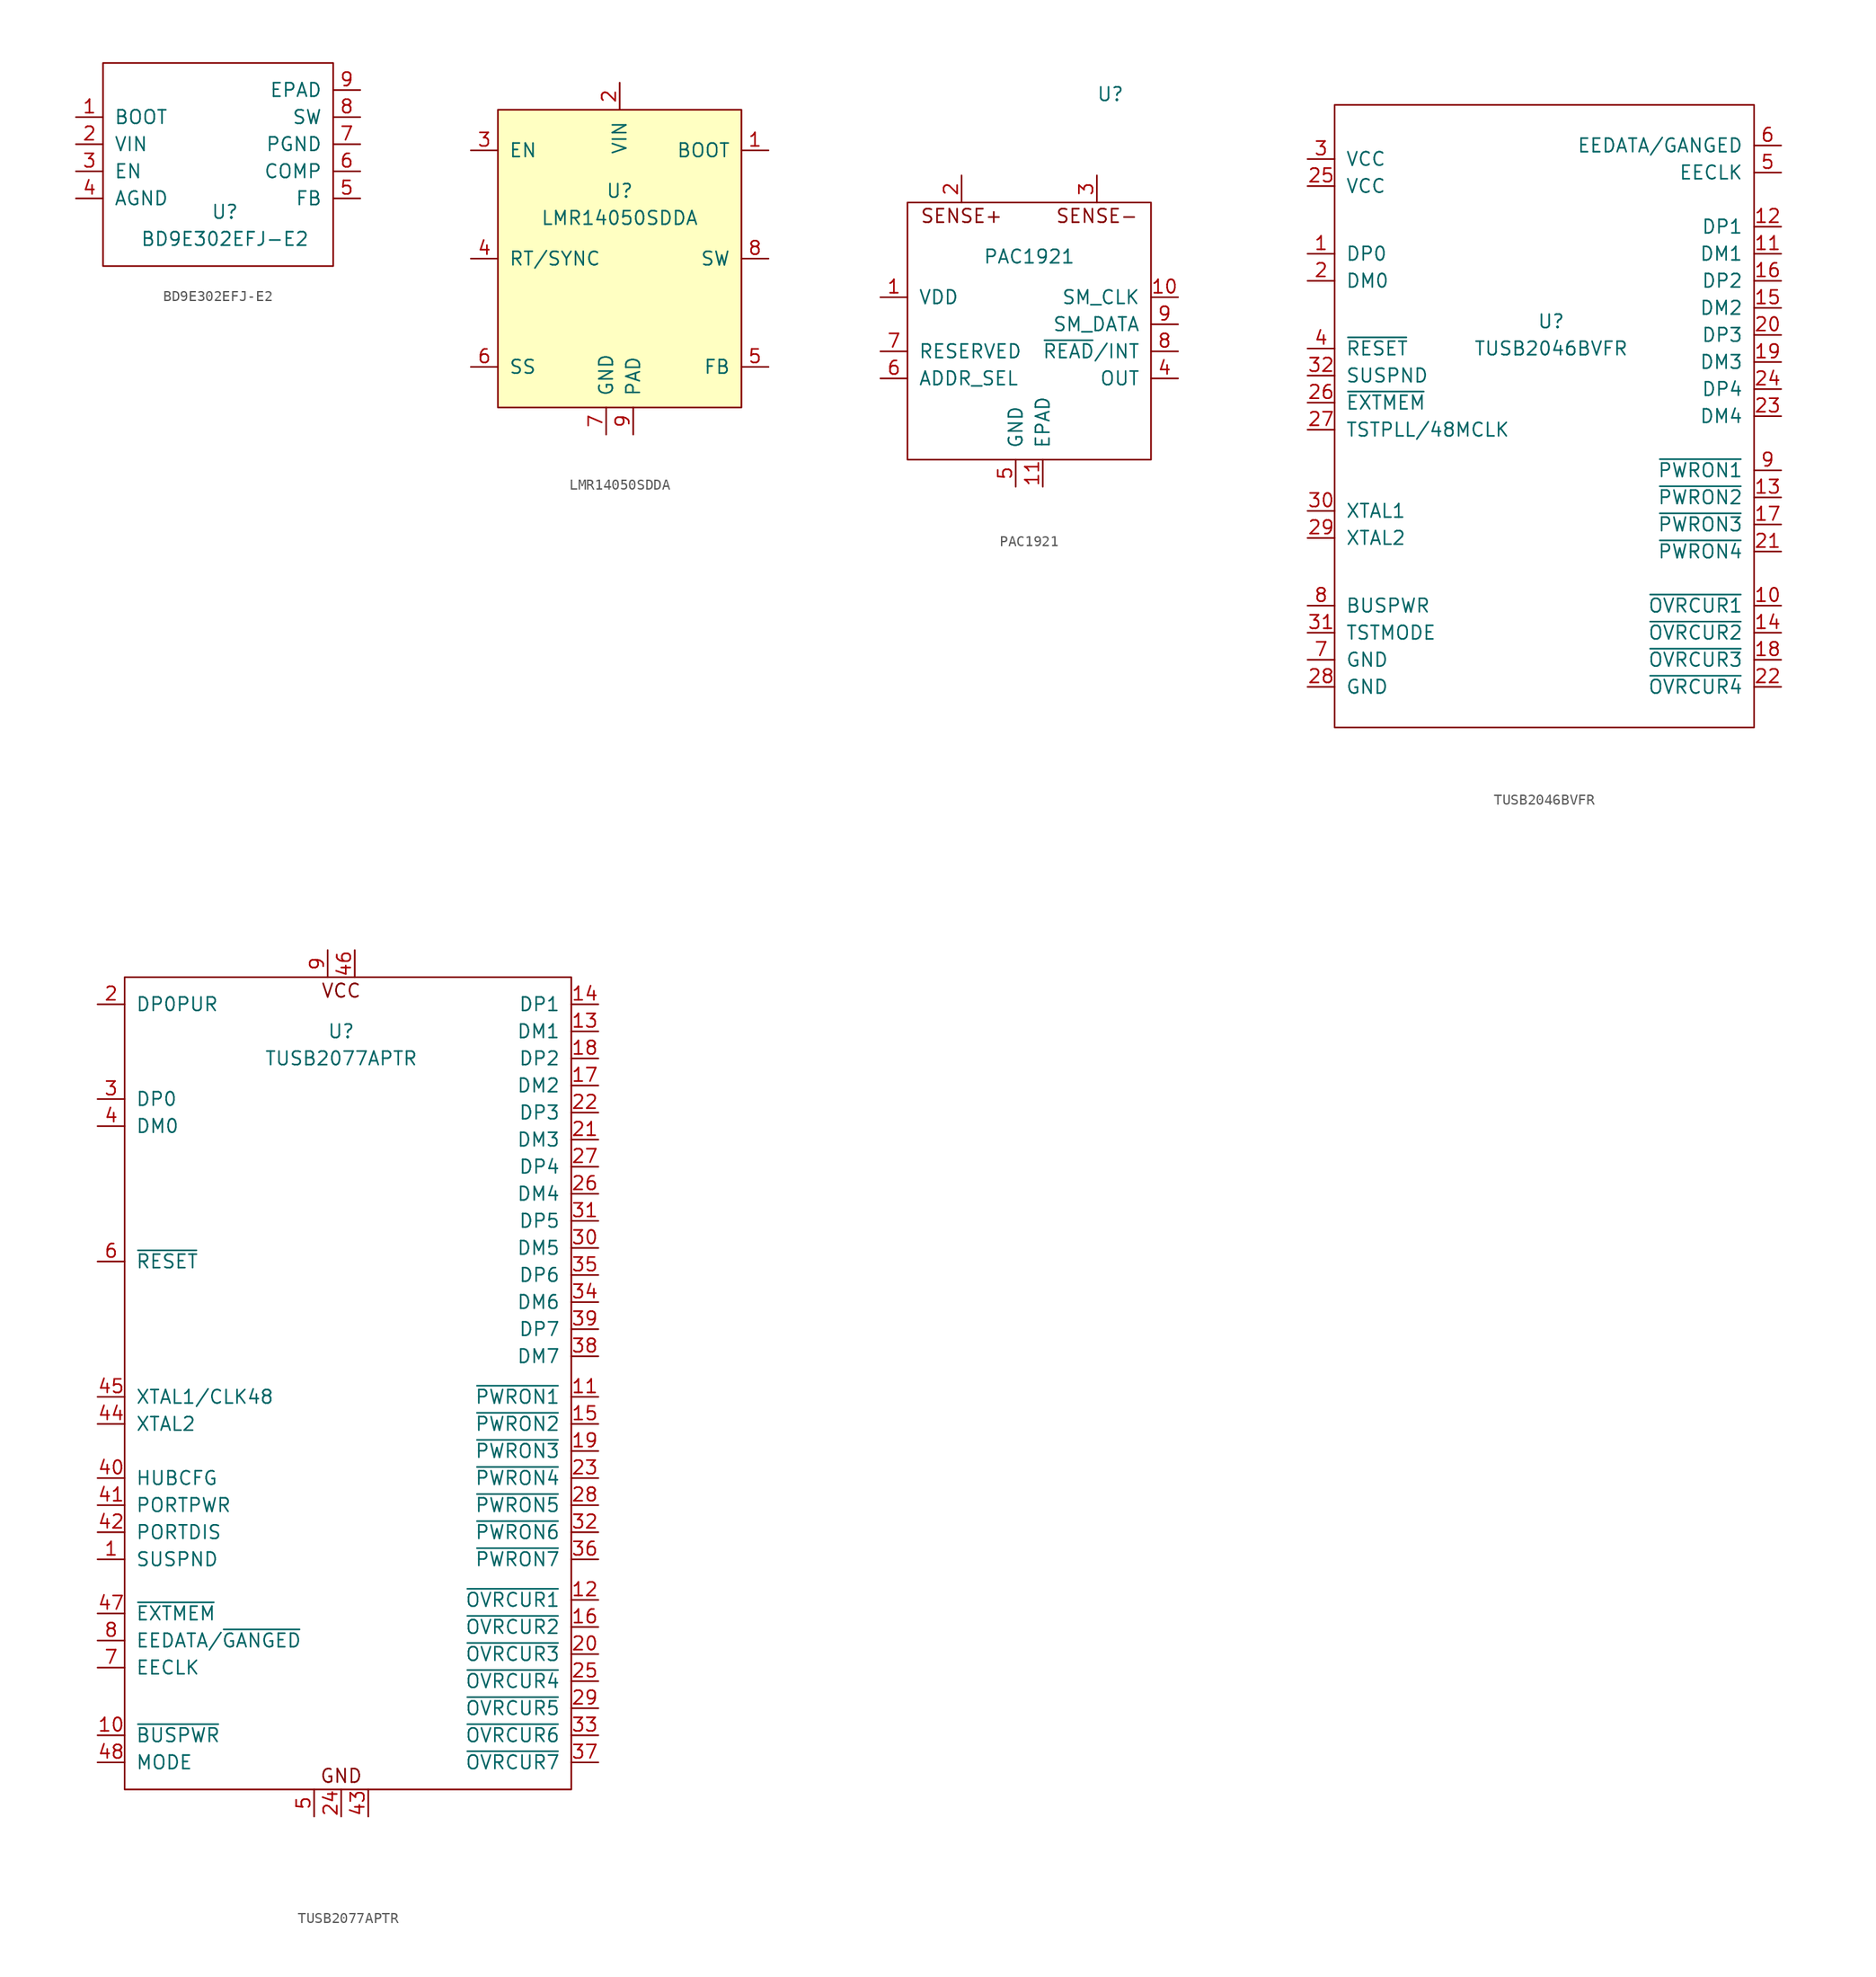
<source format=kicad_sym>
(kicad_symbol_lib
  (version 20211014)
  (generator kicad_symbol_editor)
  (symbol "BD9E302EFJ-E2"
    (pin_names
      (offset 1.016))
    (property "Reference" "U"
      (at 0 -5.08 0)
      (effects (font (size 1.27 1.27))))
    (property "Value" "BD9E302EFJ-E2"
      (at 0 -7.62 0)
      (effects (font (size 1.27 1.27))))
    (symbol "BD9E302EFJ-E2_0_1"
      (rectangle (start -11.43 8.89) (end 10.16 -10.16) (stroke (width 0) (type default) (color 0 0 0 0)) (fill (type none))))
    (symbol "BD9E302EFJ-E2_1_1"
      (pin passive line (at -13.97 3.81 0) (length 2.54) (name "BOOT" (effects (font (size 1.27 1.27)))) (number "1" (effects (font (size 1.27 1.27)))))
      (pin power_in line (at -13.97 1.27 0) (length 2.54) (name "VIN" (effects (font (size 1.27 1.27)))) (number "2" (effects (font (size 1.27 1.27)))))
      (pin input line (at -13.97 -1.27 0) (length 2.54) (name "EN" (effects (font (size 1.27 1.27)))) (number "3" (effects (font (size 1.27 1.27)))))
      (pin power_in line (at -13.97 -3.81 0) (length 2.54) (name "AGND" (effects (font (size 1.27 1.27)))) (number "4" (effects (font (size 1.27 1.27)))))
      (pin passive line (at 12.7 -3.81 180) (length 2.54) (name "FB" (effects (font (size 1.27 1.27)))) (number "5" (effects (font (size 1.27 1.27)))))
      (pin passive line (at 12.7 -1.27 180) (length 2.54) (name "COMP" (effects (font (size 1.27 1.27)))) (number "6" (effects (font (size 1.27 1.27)))))
      (pin power_in line (at 12.7 1.27 180) (length 2.54) (name "PGND" (effects (font (size 1.27 1.27)))) (number "7" (effects (font (size 1.27 1.27)))))
      (pin passive line (at 12.7 3.81 180) (length 2.54) (name "SW" (effects (font (size 1.27 1.27)))) (number "8" (effects (font (size 1.27 1.27)))))
      (pin passive line (at 12.7 6.35 180) (length 2.54) (name "EPAD" (effects (font (size 1.27 1.27)))) (number "9" (effects (font (size 1.27 1.27)))))))
  (symbol "LMR14050SDDA"
    (pin_names
      (offset 1.016))
    (property "Reference" "U"
      (at 0 -1.27 0)
      (effects (font (size 1.27 1.27))))
    (property "Value" "LMR14050SDDA"
      (at 0 -3.81 0)
      (effects (font (size 1.27 1.27))))
    (symbol "LMR14050SDDA_0_1"
      (rectangle (start -11.43 6.35) (end 11.43 -21.59) (stroke (width 0) (type default) (color 0 0 0 0)) (fill (type background))))
    (symbol "LMR14050SDDA_1_1"
      (pin output line (at 13.97 2.54 180) (length 2.54) (name "BOOT" (effects (font (size 1.27 1.27)))) (number "1" (effects (font (size 1.27 1.27)))))
      (pin power_in line (at 0 8.89 270) (length 2.54) (name "VIN" (effects (font (size 1.27 1.27)))) (number "2" (effects (font (size 1.27 1.27)))))
      (pin input line (at -13.97 2.54 0) (length 2.54) (name "EN" (effects (font (size 1.27 1.27)))) (number "3" (effects (font (size 1.27 1.27)))))
      (pin input line (at -13.97 -7.62 0) (length 2.54) (name "RT/SYNC" (effects (font (size 1.27 1.27)))) (number "4" (effects (font (size 1.27 1.27)))))
      (pin input line (at 13.97 -17.78 180) (length 2.54) (name "FB" (effects (font (size 1.27 1.27)))) (number "5" (effects (font (size 1.27 1.27)))))
      (pin output line (at -13.97 -17.78 0) (length 2.54) (name "SS" (effects (font (size 1.27 1.27)))) (number "6" (effects (font (size 1.27 1.27)))))
      (pin power_in line (at -1.27 -24.13 90) (length 2.54) (name "GND" (effects (font (size 1.27 1.27)))) (number "7" (effects (font (size 1.27 1.27)))))
      (pin output line (at 13.97 -7.62 180) (length 2.54) (name "SW" (effects (font (size 1.27 1.27)))) (number "8" (effects (font (size 1.27 1.27)))))
      (pin passive line (at 1.27 -24.13 90) (length 2.54) (name "PAD" (effects (font (size 1.27 1.27)))) (number "9" (effects (font (size 1.27 1.27)))))))
  (symbol "PAC1921"
    (pin_names
      (offset 1.016))
    (property "Reference" "U"
      (at 7.62 22.86 0)
      (effects (font (size 1.27 1.27))))
    (property "Value" "PAC1921"
      (at 0 7.62 0)
      (effects (font (size 1.27 1.27))))
    (symbol "PAC1921_0_0"
      (text "SENSE+" (at -6.35 11.43 0) (effects (font (size 1.27 1.27))))
      (text "SENSE-" (at 6.35 11.43 0) (effects (font (size 1.27 1.27)))))
    (symbol "PAC1921_0_1"
      (rectangle (start -11.43 12.7) (end 11.43 -11.43) (stroke (width 0) (type default) (color 0 0 0 0)) (fill (type none))))
    (symbol "PAC1921_1_1"
      (pin power_in line (at -13.97 3.81 0) (length 2.54) (name "VDD" (effects (font (size 1.27 1.27)))) (number "1" (effects (font (size 1.27 1.27)))))
      (pin passive line (at 13.97 3.81 180) (length 2.54) (name "SM_CLK" (effects (font (size 1.27 1.27)))) (number "10" (effects (font (size 1.27 1.27)))))
      (pin passive line (at 1.27 -13.97 90) (length 2.54) (name "EPAD" (effects (font (size 1.27 1.27)))) (number "11" (effects (font (size 1.27 1.27)))))
      (pin passive line (at -6.35 15.24 270) (length 2.54) (name "~" (effects (font (size 1.27 1.27)))) (number "2" (effects (font (size 1.27 1.27)))))
      (pin passive line (at 6.35 15.24 270) (length 2.54) (name "~" (effects (font (size 1.27 1.27)))) (number "3" (effects (font (size 1.27 1.27)))))
      (pin output line (at 13.97 -3.81 180) (length 2.54) (name "OUT" (effects (font (size 1.27 1.27)))) (number "4" (effects (font (size 1.27 1.27)))))
      (pin power_in line (at -1.27 -13.97 90) (length 2.54) (name "GND" (effects (font (size 1.27 1.27)))) (number "5" (effects (font (size 1.27 1.27)))))
      (pin passive line (at -13.97 -3.81 0) (length 2.54) (name "ADDR_SEL" (effects (font (size 1.27 1.27)))) (number "6" (effects (font (size 1.27 1.27)))))
      (pin passive line (at -13.97 -1.27 0) (length 2.54) (name "RESERVED" (effects (font (size 1.27 1.27)))) (number "7" (effects (font (size 1.27 1.27)))))
      (pin input line (at 13.97 -1.27 180) (length 2.54) (name "~{READ}/INT" (effects (font (size 1.27 1.27)))) (number "8" (effects (font (size 1.27 1.27)))))
      (pin passive line (at 13.97 1.27 180) (length 2.54) (name "SM_DATA" (effects (font (size 1.27 1.27)))) (number "9" (effects (font (size 1.27 1.27)))))))
  (symbol "TUSB2046BVFR"
    (pin_names
      (offset 1.016))
    (property "Reference" "U"
      (at 0 8.89 0)
      (effects (font (size 1.27 1.27))))
    (property "Value" "TUSB2046BVFR"
      (at 0 6.35 0)
      (effects (font (size 1.27 1.27))))
    (symbol "TUSB2046BVFR_0_1"
      (rectangle (start -20.32 -29.21) (end 19.05 29.21) (stroke (width 0) (type default) (color 0 0 0 0)) (fill (type none))))
    (symbol "TUSB2046BVFR_1_1"
      (pin passive line (at -22.86 15.24 0) (length 2.54) (name "DP0" (effects (font (size 1.27 1.27)))) (number "1" (effects (font (size 1.27 1.27)))))
      (pin input line (at 21.59 -17.78 180) (length 2.54) (name "~{OVRCUR1}" (effects (font (size 1.27 1.27)))) (number "10" (effects (font (size 1.27 1.27)))))
      (pin passive line (at 21.59 15.24 180) (length 2.54) (name "DM1" (effects (font (size 1.27 1.27)))) (number "11" (effects (font (size 1.27 1.27)))))
      (pin passive line (at 21.59 17.78 180) (length 2.54) (name "DP1" (effects (font (size 1.27 1.27)))) (number "12" (effects (font (size 1.27 1.27)))))
      (pin output line (at 21.59 -7.62 180) (length 2.54) (name "~{PWRON2}" (effects (font (size 1.27 1.27)))) (number "13" (effects (font (size 1.27 1.27)))))
      (pin input line (at 21.59 -20.32 180) (length 2.54) (name "~{OVRCUR2}" (effects (font (size 1.27 1.27)))) (number "14" (effects (font (size 1.27 1.27)))))
      (pin passive line (at 21.59 10.16 180) (length 2.54) (name "DM2" (effects (font (size 1.27 1.27)))) (number "15" (effects (font (size 1.27 1.27)))))
      (pin passive line (at 21.59 12.7 180) (length 2.54) (name "DP2" (effects (font (size 1.27 1.27)))) (number "16" (effects (font (size 1.27 1.27)))))
      (pin output line (at 21.59 -10.16 180) (length 2.54) (name "~{PWRON3}" (effects (font (size 1.27 1.27)))) (number "17" (effects (font (size 1.27 1.27)))))
      (pin input line (at 21.59 -22.86 180) (length 2.54) (name "~{OVRCUR3}" (effects (font (size 1.27 1.27)))) (number "18" (effects (font (size 1.27 1.27)))))
      (pin passive line (at 21.59 5.08 180) (length 2.54) (name "DM3" (effects (font (size 1.27 1.27)))) (number "19" (effects (font (size 1.27 1.27)))))
      (pin passive line (at -22.86 12.7 0) (length 2.54) (name "DM0" (effects (font (size 1.27 1.27)))) (number "2" (effects (font (size 1.27 1.27)))))
      (pin passive line (at 21.59 7.62 180) (length 2.54) (name "DP3" (effects (font (size 1.27 1.27)))) (number "20" (effects (font (size 1.27 1.27)))))
      (pin output line (at 21.59 -12.7 180) (length 2.54) (name "~{PWRON4}" (effects (font (size 1.27 1.27)))) (number "21" (effects (font (size 1.27 1.27)))))
      (pin input line (at 21.59 -25.4 180) (length 2.54) (name "~{OVRCUR4}" (effects (font (size 1.27 1.27)))) (number "22" (effects (font (size 1.27 1.27)))))
      (pin passive line (at 21.59 0 180) (length 2.54) (name "DM4" (effects (font (size 1.27 1.27)))) (number "23" (effects (font (size 1.27 1.27)))))
      (pin passive line (at 21.59 2.54 180) (length 2.54) (name "DP4" (effects (font (size 1.27 1.27)))) (number "24" (effects (font (size 1.27 1.27)))))
      (pin power_in line (at -22.86 21.59 0) (length 2.54) (name "VCC" (effects (font (size 1.27 1.27)))) (number "25" (effects (font (size 1.27 1.27)))))
      (pin input line (at -22.86 1.27 0) (length 2.54) (name "~{EXTMEM}" (effects (font (size 1.27 1.27)))) (number "26" (effects (font (size 1.27 1.27)))))
      (pin passive line (at -22.86 -1.27 0) (length 2.54) (name "TSTPLL/48MCLK" (effects (font (size 1.27 1.27)))) (number "27" (effects (font (size 1.27 1.27)))))
      (pin power_in line (at -22.86 -25.4 0) (length 2.54) (name "GND" (effects (font (size 1.27 1.27)))) (number "28" (effects (font (size 1.27 1.27)))))
      (pin passive line (at -22.86 -11.43 0) (length 2.54) (name "XTAL2" (effects (font (size 1.27 1.27)))) (number "29" (effects (font (size 1.27 1.27)))))
      (pin power_in line (at -22.86 24.13 0) (length 2.54) (name "VCC" (effects (font (size 1.27 1.27)))) (number "3" (effects (font (size 1.27 1.27)))))
      (pin passive line (at -22.86 -8.89 0) (length 2.54) (name "XTAL1" (effects (font (size 1.27 1.27)))) (number "30" (effects (font (size 1.27 1.27)))))
      (pin input line (at -22.86 -20.32 0) (length 2.54) (name "TSTMODE" (effects (font (size 1.27 1.27)))) (number "31" (effects (font (size 1.27 1.27)))))
      (pin output line (at -22.86 3.81 0) (length 2.54) (name "SUSPND" (effects (font (size 1.27 1.27)))) (number "32" (effects (font (size 1.27 1.27)))))
      (pin input line (at -22.86 6.35 0) (length 2.54) (name "~{RESET}" (effects (font (size 1.27 1.27)))) (number "4" (effects (font (size 1.27 1.27)))))
      (pin output line (at 21.59 22.86 180) (length 2.54) (name "EECLK" (effects (font (size 1.27 1.27)))) (number "5" (effects (font (size 1.27 1.27)))))
      (pin passive line (at 21.59 25.4 180) (length 2.54) (name "EEDATA/GANGED" (effects (font (size 1.27 1.27)))) (number "6" (effects (font (size 1.27 1.27)))))
      (pin power_in line (at -22.86 -22.86 0) (length 2.54) (name "GND" (effects (font (size 1.27 1.27)))) (number "7" (effects (font (size 1.27 1.27)))))
      (pin input line (at -22.86 -17.78 0) (length 2.54) (name "BUSPWR" (effects (font (size 1.27 1.27)))) (number "8" (effects (font (size 1.27 1.27)))))
      (pin output line (at 21.59 -5.08 180) (length 2.54) (name "~{PWRON1}" (effects (font (size 1.27 1.27)))) (number "9" (effects (font (size 1.27 1.27)))))))
  (symbol "TUSB2077APTR"
    (pin_names
      (offset 1.016))
    (property "Reference" "U"
      (at 0 31.75 0)
      (effects (font (size 1.27 1.27))))
    (property "Value" "TUSB2077APTR"
      (at 0 29.21 0)
      (effects (font (size 1.27 1.27))))
    (symbol "TUSB2077APTR_0_0"
      (rectangle (start -20.32 36.83) (end 21.59 -39.37) (stroke (width 0) (type default) (color 0 0 0 0)) (fill (type none)))
      (text "GND" (at 0 -38.1 0) (effects (font (size 1.27 1.27))))
      (text "VCC" (at 0 35.56 0) (effects (font (size 1.27 1.27)))))
    (symbol "TUSB2077APTR_1_1"
      (pin output line (at -22.86 -17.78 0) (length 2.54) (name "SUSPND" (effects (font (size 1.27 1.27)))) (number "1" (effects (font (size 1.27 1.27)))))
      (pin input line (at -22.86 -34.29 0) (length 2.54) (name "~{BUSPWR}" (effects (font (size 1.27 1.27)))) (number "10" (effects (font (size 1.27 1.27)))))
      (pin output line (at 24.13 -2.54 180) (length 2.54) (name "~{PWRON1}" (effects (font (size 1.27 1.27)))) (number "11" (effects (font (size 1.27 1.27)))))
      (pin input line (at 24.13 -21.59 180) (length 2.54) (name "~{OVRCUR1}" (effects (font (size 1.27 1.27)))) (number "12" (effects (font (size 1.27 1.27)))))
      (pin bidirectional line (at 24.13 31.75 180) (length 2.54) (name "DM1" (effects (font (size 1.27 1.27)))) (number "13" (effects (font (size 1.27 1.27)))))
      (pin bidirectional line (at 24.13 34.29 180) (length 2.54) (name "DP1" (effects (font (size 1.27 1.27)))) (number "14" (effects (font (size 1.27 1.27)))))
      (pin output line (at 24.13 -5.08 180) (length 2.54) (name "~{PWRON2}" (effects (font (size 1.27 1.27)))) (number "15" (effects (font (size 1.27 1.27)))))
      (pin input line (at 24.13 -24.13 180) (length 2.54) (name "~{OVRCUR2}" (effects (font (size 1.27 1.27)))) (number "16" (effects (font (size 1.27 1.27)))))
      (pin bidirectional line (at 24.13 26.67 180) (length 2.54) (name "DM2" (effects (font (size 1.27 1.27)))) (number "17" (effects (font (size 1.27 1.27)))))
      (pin bidirectional line (at 24.13 29.21 180) (length 2.54) (name "DP2" (effects (font (size 1.27 1.27)))) (number "18" (effects (font (size 1.27 1.27)))))
      (pin output line (at 24.13 -7.62 180) (length 2.54) (name "~{PWRON3}" (effects (font (size 1.27 1.27)))) (number "19" (effects (font (size 1.27 1.27)))))
      (pin output line (at -22.86 34.29 0) (length 2.54) (name "DP0PUR" (effects (font (size 1.27 1.27)))) (number "2" (effects (font (size 1.27 1.27)))))
      (pin input line (at 24.13 -26.67 180) (length 2.54) (name "~{OVRCUR3}" (effects (font (size 1.27 1.27)))) (number "20" (effects (font (size 1.27 1.27)))))
      (pin bidirectional line (at 24.13 21.59 180) (length 2.54) (name "DM3" (effects (font (size 1.27 1.27)))) (number "21" (effects (font (size 1.27 1.27)))))
      (pin bidirectional line (at 24.13 24.13 180) (length 2.54) (name "DP3" (effects (font (size 1.27 1.27)))) (number "22" (effects (font (size 1.27 1.27)))))
      (pin output line (at 24.13 -10.16 180) (length 2.54) (name "~{PWRON4}" (effects (font (size 1.27 1.27)))) (number "23" (effects (font (size 1.27 1.27)))))
      (pin power_in line (at 0 -41.91 90) (length 2.54) (name "~" (effects (font (size 1.27 1.27)))) (number "24" (effects (font (size 1.27 1.27)))))
      (pin input line (at 24.13 -29.21 180) (length 2.54) (name "~{OVRCUR4}" (effects (font (size 1.27 1.27)))) (number "25" (effects (font (size 1.27 1.27)))))
      (pin bidirectional line (at 24.13 16.51 180) (length 2.54) (name "DM4" (effects (font (size 1.27 1.27)))) (number "26" (effects (font (size 1.27 1.27)))))
      (pin bidirectional line (at 24.13 19.05 180) (length 2.54) (name "DP4" (effects (font (size 1.27 1.27)))) (number "27" (effects (font (size 1.27 1.27)))))
      (pin output line (at 24.13 -12.7 180) (length 2.54) (name "~{PWRON5}" (effects (font (size 1.27 1.27)))) (number "28" (effects (font (size 1.27 1.27)))))
      (pin input line (at 24.13 -31.75 180) (length 2.54) (name "~{OVRCUR5}" (effects (font (size 1.27 1.27)))) (number "29" (effects (font (size 1.27 1.27)))))
      (pin bidirectional line (at -22.86 25.4 0) (length 2.54) (name "DP0" (effects (font (size 1.27 1.27)))) (number "3" (effects (font (size 1.27 1.27)))))
      (pin bidirectional line (at 24.13 11.43 180) (length 2.54) (name "DM5" (effects (font (size 1.27 1.27)))) (number "30" (effects (font (size 1.27 1.27)))))
      (pin bidirectional line (at 24.13 13.97 180) (length 2.54) (name "DP5" (effects (font (size 1.27 1.27)))) (number "31" (effects (font (size 1.27 1.27)))))
      (pin output line (at 24.13 -15.24 180) (length 2.54) (name "~{PWRON6}" (effects (font (size 1.27 1.27)))) (number "32" (effects (font (size 1.27 1.27)))))
      (pin input line (at 24.13 -34.29 180) (length 2.54) (name "~{OVRCUR6}" (effects (font (size 1.27 1.27)))) (number "33" (effects (font (size 1.27 1.27)))))
      (pin bidirectional line (at 24.13 6.35 180) (length 2.54) (name "DM6" (effects (font (size 1.27 1.27)))) (number "34" (effects (font (size 1.27 1.27)))))
      (pin bidirectional line (at 24.13 8.89 180) (length 2.54) (name "DP6" (effects (font (size 1.27 1.27)))) (number "35" (effects (font (size 1.27 1.27)))))
      (pin output line (at 24.13 -17.78 180) (length 2.54) (name "~{PWRON7}" (effects (font (size 1.27 1.27)))) (number "36" (effects (font (size 1.27 1.27)))))
      (pin input line (at 24.13 -36.83 180) (length 2.54) (name "~{OVRCUR7}" (effects (font (size 1.27 1.27)))) (number "37" (effects (font (size 1.27 1.27)))))
      (pin bidirectional line (at 24.13 1.27 180) (length 2.54) (name "DM7" (effects (font (size 1.27 1.27)))) (number "38" (effects (font (size 1.27 1.27)))))
      (pin bidirectional line (at 24.13 3.81 180) (length 2.54) (name "DP7" (effects (font (size 1.27 1.27)))) (number "39" (effects (font (size 1.27 1.27)))))
      (pin bidirectional line (at -22.86 22.86 0) (length 2.54) (name "DM0" (effects (font (size 1.27 1.27)))) (number "4" (effects (font (size 1.27 1.27)))))
      (pin output line (at -22.86 -10.16 0) (length 2.54) (name "HUBCFG" (effects (font (size 1.27 1.27)))) (number "40" (effects (font (size 1.27 1.27)))))
      (pin output line (at -22.86 -12.7 0) (length 2.54) (name "PORTPWR" (effects (font (size 1.27 1.27)))) (number "41" (effects (font (size 1.27 1.27)))))
      (pin output line (at -22.86 -15.24 0) (length 2.54) (name "PORTDIS" (effects (font (size 1.27 1.27)))) (number "42" (effects (font (size 1.27 1.27)))))
      (pin power_in line (at 2.54 -41.91 90) (length 2.54) (name "~" (effects (font (size 1.27 1.27)))) (number "43" (effects (font (size 1.27 1.27)))))
      (pin output line (at -22.86 -5.08 0) (length 2.54) (name "XTAL2" (effects (font (size 1.27 1.27)))) (number "44" (effects (font (size 1.27 1.27)))))
      (pin input line (at -22.86 -2.54 0) (length 2.54) (name "XTAL1/CLK48" (effects (font (size 1.27 1.27)))) (number "45" (effects (font (size 1.27 1.27)))))
      (pin power_in line (at 1.27 39.37 270) (length 2.54) (name "~" (effects (font (size 1.27 1.27)))) (number "46" (effects (font (size 1.27 1.27)))))
      (pin input line (at -22.86 -22.86 0) (length 2.54) (name "~{EXTMEM}" (effects (font (size 1.27 1.27)))) (number "47" (effects (font (size 1.27 1.27)))))
      (pin input line (at -22.86 -36.83 0) (length 2.54) (name "MODE" (effects (font (size 1.27 1.27)))) (number "48" (effects (font (size 1.27 1.27)))))
      (pin power_in line (at -2.54 -41.91 90) (length 2.54) (name "~" (effects (font (size 1.27 1.27)))) (number "5" (effects (font (size 1.27 1.27)))))
      (pin input line (at -22.86 10.16 0) (length 2.54) (name "~{RESET}" (effects (font (size 1.27 1.27)))) (number "6" (effects (font (size 1.27 1.27)))))
      (pin output line (at -22.86 -27.94 0) (length 2.54) (name "EECLK" (effects (font (size 1.27 1.27)))) (number "7" (effects (font (size 1.27 1.27)))))
      (pin bidirectional line (at -22.86 -25.4 0) (length 2.54) (name "EEDATA/~{GANGED}" (effects (font (size 1.27 1.27)))) (number "8" (effects (font (size 1.27 1.27)))))
      (pin power_in line (at -1.27 39.37 270) (length 2.54) (name "~" (effects (font (size 1.27 1.27)))) (number "9" (effects (font (size 1.27 1.27))))))))
</source>
